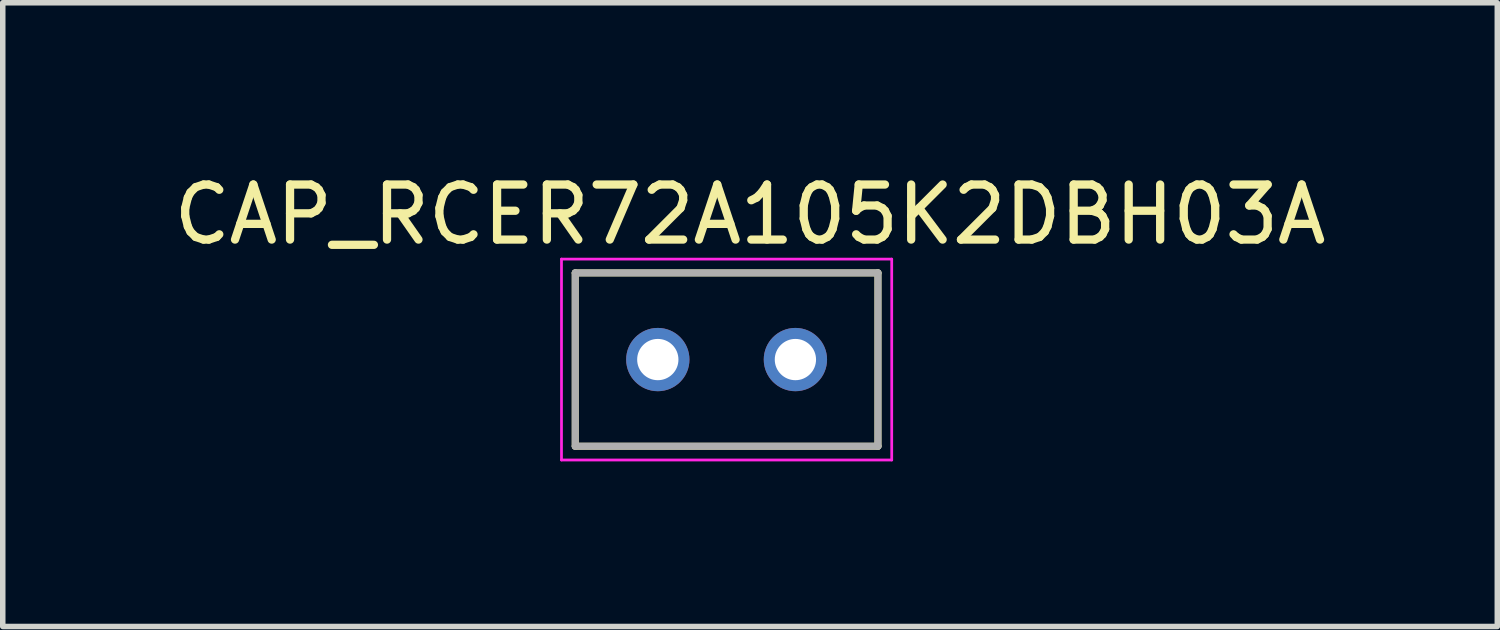
<source format=kicad_pcb>
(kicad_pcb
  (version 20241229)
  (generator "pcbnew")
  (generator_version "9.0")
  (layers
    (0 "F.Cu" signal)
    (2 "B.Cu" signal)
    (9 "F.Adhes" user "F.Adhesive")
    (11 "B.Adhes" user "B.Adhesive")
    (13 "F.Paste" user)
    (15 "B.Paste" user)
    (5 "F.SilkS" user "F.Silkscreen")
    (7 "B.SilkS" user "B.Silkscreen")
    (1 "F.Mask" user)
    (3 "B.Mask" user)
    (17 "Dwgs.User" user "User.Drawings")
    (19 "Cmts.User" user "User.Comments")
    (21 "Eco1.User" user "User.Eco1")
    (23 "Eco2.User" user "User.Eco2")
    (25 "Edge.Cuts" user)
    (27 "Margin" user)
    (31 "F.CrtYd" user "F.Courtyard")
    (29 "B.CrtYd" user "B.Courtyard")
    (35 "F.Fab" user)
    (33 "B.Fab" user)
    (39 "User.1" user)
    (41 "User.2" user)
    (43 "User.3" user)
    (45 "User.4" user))
  (footprint "CAP_RCER72A105K2DBH03A"
    (layer "F.Cu")
    (at 10.152 3.483)
    (property "Reference" "CAP_RCER72A105K2DBH03A" (at 0.425 -2.635 0) (layer "F.SilkS") (effects (font (size 1 1) (thickness 0.15))))
    (attr through_hole)
    (fp_line (start -2.75 -1.575) (end 2.75 -1.575) (stroke (width 0.127) (type solid)) (layer "F.SilkS"))
    (fp_line (start -2.75 1.575) (end -2.75 -1.575) (stroke (width 0.127) (type solid)) (layer "F.SilkS"))
    (fp_line (start 2.75 1.575) (end -2.75 1.575) (stroke (width 0.127) (type solid)) (layer "F.SilkS"))
    (fp_line (start 2.75 1.575) (end 2.75 -1.575) (stroke (width 0.127) (type solid)) (layer "F.SilkS"))
    (fp_line (start -3 -1.825) (end 3 -1.825) (stroke (width 0.05) (type solid)) (layer "F.CrtYd"))
    (fp_line (start -3 1.825) (end -3 -1.825) (stroke (width 0.05) (type solid)) (layer "F.CrtYd"))
    (fp_line (start 3 -1.825) (end 3 1.825) (stroke (width 0.05) (type solid)) (layer "F.CrtYd"))
    (fp_line (start 3 1.825) (end -3 1.825) (stroke (width 0.05) (type solid)) (layer "F.CrtYd"))
    (fp_line (start -2.75 -1.575) (end 2.75 -1.575) (stroke (width 0.127) (type solid)) (layer "F.Fab"))
    (fp_line (start -2.75 1.575) (end -2.75 -1.575) (stroke (width 0.127) (type solid)) (layer "F.Fab"))
    (fp_line (start 2.75 -1.575) (end 2.75 1.575) (stroke (width 0.127) (type solid)) (layer "F.Fab"))
    (fp_line (start 2.75 1.575) (end -2.75 1.575) (stroke (width 0.127) (type solid)) (layer "F.Fab"))
    (pad "1" thru_hole circle (at -1.25 0) (size 1.15 1.15) (drill 0.75) (layers "*.Cu" "*.Mask"))
    (pad "2" thru_hole circle (at 1.25 0) (size 1.15 1.15) (drill 0.75) (layers "*.Cu" "*.Mask")))
  (gr_rect
    (start -3 -3)
    (end 24.155 8.333)
    (stroke (width 0.1) (type default))
    (fill no)
    (layer "Edge.Cuts")))
</source>
